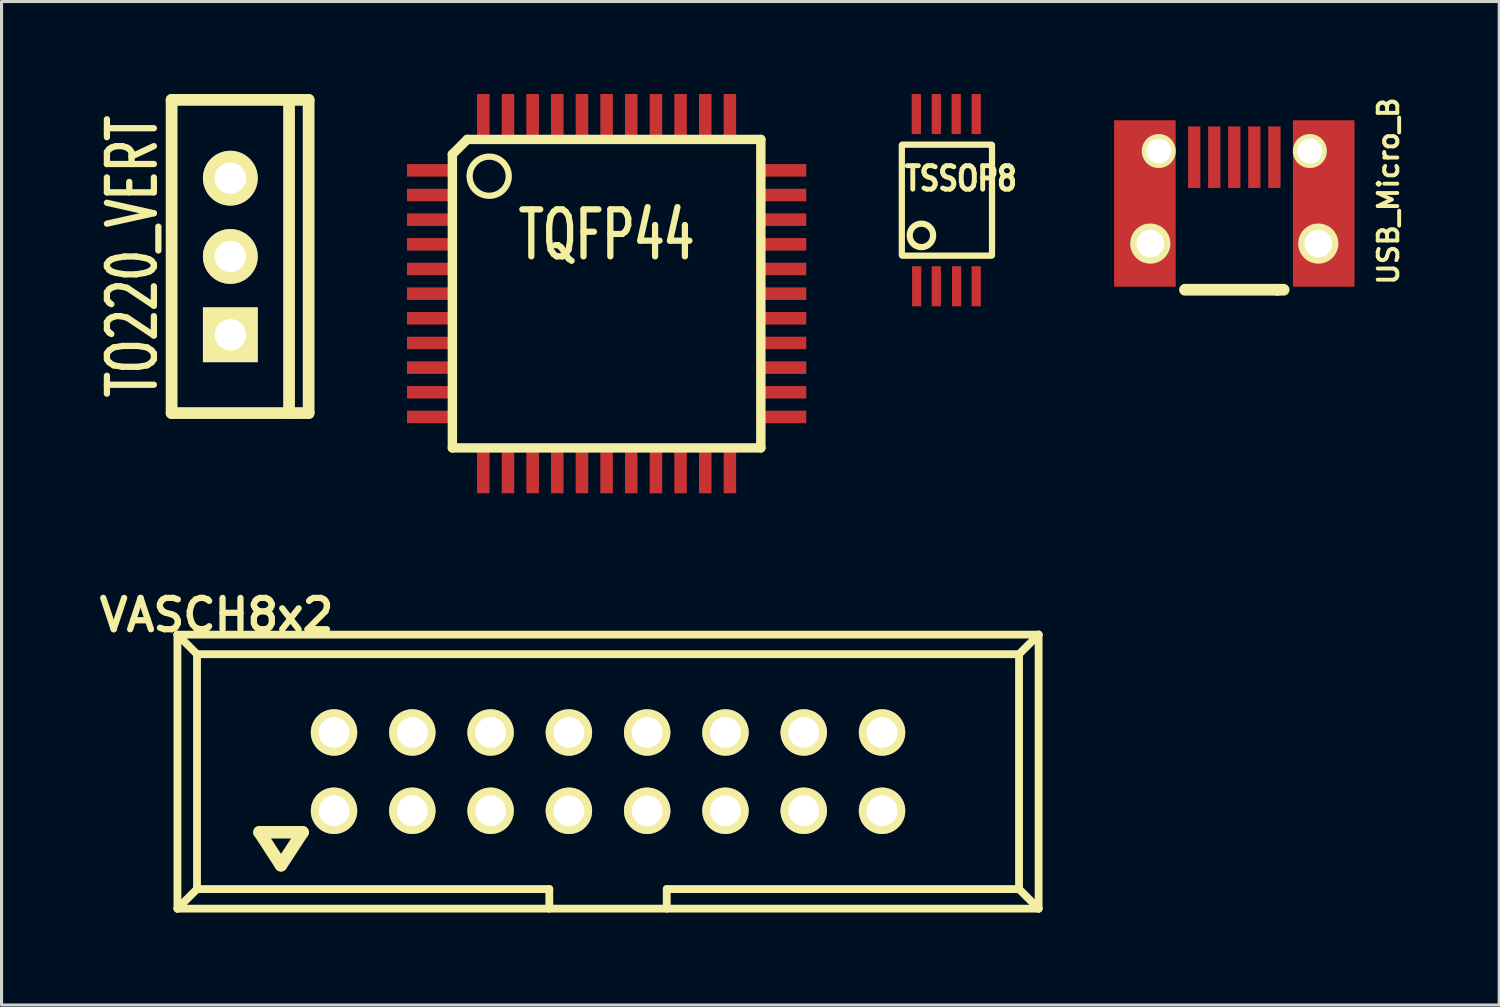
<source format=kicad_pcb>
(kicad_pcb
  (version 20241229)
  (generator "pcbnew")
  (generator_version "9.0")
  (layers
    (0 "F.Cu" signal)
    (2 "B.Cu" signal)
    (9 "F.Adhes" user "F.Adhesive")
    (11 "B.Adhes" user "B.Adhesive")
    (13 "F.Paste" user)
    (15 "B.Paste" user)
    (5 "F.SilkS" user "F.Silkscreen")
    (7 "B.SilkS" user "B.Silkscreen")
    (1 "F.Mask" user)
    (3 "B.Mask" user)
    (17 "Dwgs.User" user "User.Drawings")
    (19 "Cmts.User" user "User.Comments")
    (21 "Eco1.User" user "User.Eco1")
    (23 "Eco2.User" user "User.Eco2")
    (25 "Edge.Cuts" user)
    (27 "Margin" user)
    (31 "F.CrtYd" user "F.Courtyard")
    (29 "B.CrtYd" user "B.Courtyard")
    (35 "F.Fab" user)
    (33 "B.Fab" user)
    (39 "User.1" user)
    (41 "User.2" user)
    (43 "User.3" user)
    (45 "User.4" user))
  (footprint "VASCH8x2"
    (layer "F.Cu")
    (at 16.677 21.985)
    (property "Reference" "VASCH8x2" (at -12.7 -5.08 0) (layer "F.SilkS") (effects (font (size 1.016 1.016) (thickness 0.203))))
    (attr exclude_from_pos_files exclude_from_bom)
    (fp_line (start -13.97 -4.445) (end -13.97 4.445) (stroke (width 0.254) (type solid)) (layer "F.SilkS"))
    (fp_line (start -13.97 -4.445) (end 13.97 -4.445) (stroke (width 0.254) (type solid)) (layer "F.SilkS"))
    (fp_line (start -13.335 -3.81) (end -13.97 -4.445) (stroke (width 0.254) (type solid)) (layer "F.SilkS"))
    (fp_line (start -13.335 -3.81) (end -13.335 3.81) (stroke (width 0.254) (type solid)) (layer "F.SilkS"))
    (fp_line (start -13.335 3.81) (end -13.97 4.445) (stroke (width 0.254) (type solid)) (layer "F.SilkS"))
    (fp_line (start -13.335 3.81) (end -1.905 3.81) (stroke (width 0.254) (type solid)) (layer "F.SilkS"))
    (fp_line (start -11.308 1.968) (end -10.61 3.038) (stroke (width 0.406) (type solid)) (layer "F.SilkS"))
    (fp_line (start -10.61 3.038) (end -9.909 1.968) (stroke (width 0.406) (type solid)) (layer "F.SilkS"))
    (fp_line (start -9.909 1.968) (end -11.308 1.968) (stroke (width 0.406) (type solid)) (layer "F.SilkS"))
    (fp_line (start -1.905 3.81) (end -1.905 4.445) (stroke (width 0.254) (type solid)) (layer "F.SilkS"))
    (fp_line (start 1.905 3.81) (end 13.335 3.81) (stroke (width 0.254) (type solid)) (layer "F.SilkS"))
    (fp_line (start 1.905 4.445) (end 1.905 3.81) (stroke (width 0.254) (type solid)) (layer "F.SilkS"))
    (fp_line (start 13.335 -3.81) (end -13.335 -3.81) (stroke (width 0.254) (type solid)) (layer "F.SilkS"))
    (fp_line (start 13.335 -3.81) (end 13.97 -4.445) (stroke (width 0.254) (type solid)) (layer "F.SilkS"))
    (fp_line (start 13.335 3.81) (end 13.335 -3.81) (stroke (width 0.254) (type solid)) (layer "F.SilkS"))
    (fp_line (start 13.335 3.81) (end 13.97 4.445) (stroke (width 0.254) (type solid)) (layer "F.SilkS"))
    (fp_line (start 13.97 -4.445) (end 13.97 4.445) (stroke (width 0.254) (type solid)) (layer "F.SilkS"))
    (fp_line (start 13.97 4.445) (end -13.97 4.445) (stroke (width 0.254) (type solid)) (layer "F.SilkS"))
    (pad "1" thru_hole circle (at -8.89 1.27) (size 1.506 1.506) (drill 0.998) (layers "*.Cu" "F.Mask" "F.SilkS" "F.Paste"))
    (pad "2" thru_hole circle (at -8.89 -1.27) (size 1.506 1.506) (drill 0.998) (layers "*.Cu" "F.Mask" "F.SilkS" "F.Paste"))
    (pad "3" thru_hole circle (at -6.35 1.27) (size 1.506 1.506) (drill 0.998) (layers "*.Cu" "F.Mask" "F.SilkS" "F.Paste"))
    (pad "4" thru_hole circle (at -6.35 -1.27) (size 1.506 1.506) (drill 0.998) (layers "*.Cu" "F.Mask" "F.SilkS" "F.Paste"))
    (pad "5" thru_hole circle (at -3.81 1.27) (size 1.506 1.506) (drill 0.998) (layers "*.Cu" "F.Mask" "F.SilkS" "F.Paste"))
    (pad "6" thru_hole circle (at -3.81 -1.27) (size 1.506 1.506) (drill 0.998) (layers "*.Cu" "F.Mask" "F.SilkS" "F.Paste"))
    (pad "7" thru_hole circle (at -1.27 1.27) (size 1.506 1.506) (drill 0.998) (layers "*.Cu" "F.Mask" "F.SilkS" "F.Paste"))
    (pad "8" thru_hole circle (at -1.27 -1.27) (size 1.506 1.506) (drill 0.998) (layers "*.Cu" "F.Mask" "F.SilkS" "F.Paste"))
    (pad "9" thru_hole circle (at 1.27 1.27) (size 1.506 1.506) (drill 0.998) (layers "*.Cu" "F.Mask" "F.SilkS" "F.Paste"))
    (pad "10" thru_hole circle (at 1.27 -1.27) (size 1.506 1.506) (drill 0.998) (layers "*.Cu" "F.Mask" "F.SilkS" "F.Paste"))
    (pad "11" thru_hole circle (at 3.81 1.27) (size 1.506 1.506) (drill 0.998) (layers "*.Cu" "F.Mask" "F.SilkS" "F.Paste"))
    (pad "12" thru_hole circle (at 3.81 -1.27) (size 1.506 1.506) (drill 0.998) (layers "*.Cu" "F.Mask" "F.SilkS" "F.Paste"))
    (pad "13" thru_hole circle (at 6.35 1.27) (size 1.506 1.506) (drill 0.998) (layers "*.Cu" "F.Mask" "F.SilkS" "F.Paste"))
    (pad "14" thru_hole circle (at 6.35 -1.27) (size 1.506 1.506) (drill 0.998) (layers "*.Cu" "F.Mask" "F.SilkS" "F.Paste"))
    (pad "15" thru_hole circle (at 8.89 1.27) (size 1.506 1.506) (drill 0.998) (layers "*.Cu" "F.Mask" "F.SilkS" "F.Paste"))
    (pad "16" thru_hole circle (at 8.89 -1.27) (size 1.506 1.506) (drill 0.998) (layers "*.Cu" "F.Mask" "F.SilkS" "F.Paste")))
  (footprint "TO220_VERT"
    (layer "F.Cu")
    (at 4.423 5.271)
    (property "Reference" "TO220_VERT" (at -3.175 0 90) (layer "F.SilkS") (effects (font (size 1.524 1.016) (thickness 0.203))))
    (attr through_hole)
    (fp_line (start -1.905 -5.08) (end 1.905 -5.08) (stroke (width 0.381) (type solid)) (layer "F.SilkS"))
    (fp_line (start -1.905 5.08) (end -1.905 -5.08) (stroke (width 0.381) (type solid)) (layer "F.SilkS"))
    (fp_line (start 1.905 -5.08) (end 1.905 5.08) (stroke (width 0.381) (type solid)) (layer "F.SilkS"))
    (fp_line (start 1.905 -5.08) (end 2.54 -5.08) (stroke (width 0.381) (type solid)) (layer "F.SilkS"))
    (fp_line (start 1.905 5.08) (end -1.905 5.08) (stroke (width 0.381) (type solid)) (layer "F.SilkS"))
    (fp_line (start 2.54 -5.08) (end 2.54 5.08) (stroke (width 0.381) (type solid)) (layer "F.SilkS"))
    (fp_line (start 2.54 5.08) (end 1.905 5.08) (stroke (width 0.381) (type solid)) (layer "F.SilkS"))
    (pad "1" thru_hole rect (at 0 2.54) (size 1.778 1.778) (drill 1.016) (layers "*.Cu" "*.Mask" "F.SilkS"))
    (pad "2" thru_hole circle (at 0 -2.54) (size 1.778 1.778) (drill 1.016) (layers "*.Cu" "*.Mask" "F.SilkS"))
    (pad "3" thru_hole circle (at 0 0) (size 1.778 1.778) (drill 1.016) (layers "*.Cu" "*.Mask" "F.SilkS")))
  (footprint "USB_Micro_B"
    (layer "F.Cu")
    (at 36.996 2.051)
    (property "Reference" "USB_Micro_B" (at 5.001 1.1 90) (layer "F.SilkS") (effects (font (size 0.635 0.635) (thickness 0.127))))
    (attr through_hole)
    (fp_line (start -1.6 4.3) (end 1.4 4.3) (stroke (width 0.381) (type solid)) (layer "F.SilkS"))
    (fp_line (start 1.4 4.3) (end 1.6 4.3) (stroke (width 0.381) (type solid)) (layer "F.SilkS"))
    (pad "1" smd rect (at -1.3 0) (size 0.399 1.999) (layers "F.Cu" "F.Mask" "F.Paste"))
    (pad "2" smd rect (at -0.65 0) (size 0.399 1.999) (layers "F.Cu" "F.Mask" "F.Paste"))
    (pad "3" smd rect (at 0 0) (size 0.399 1.999) (layers "F.Cu" "F.Mask" "F.Paste"))
    (pad "4" smd rect (at 0.65 0) (size 0.399 1.999) (layers "F.Cu" "F.Mask" "F.Paste"))
    (pad "5" smd rect (at 1.3 0) (size 0.399 1.999) (layers "F.Cu" "F.Mask" "F.Paste"))
    (pad "6" smd rect (at -2.901 1.501) (size 1.999 5.4) (layers "F.Cu" "F.Mask" "F.Paste"))
    (pad "6" thru_hole circle (at -2.725 2.802) (size 1.3 1.3) (drill 0.899) (layers "*.Cu" "*.Mask" "F.SilkS"))
    (pad "6" thru_hole circle (at -2.451 -0.201) (size 1.1 1.1) (drill 0.81) (layers "*.Cu" "*.Mask" "F.SilkS"))
    (pad "6" thru_hole circle (at 2.451 -0.201) (size 1.1 1.1) (drill 0.81) (layers "*.Cu" "*.Mask" "F.SilkS"))
    (pad "6" thru_hole circle (at 2.725 2.802) (size 1.3 1.3) (drill 0.899) (layers "*.Cu" "*.Mask" "F.SilkS"))
    (pad "6" smd rect (at 2.901 1.501) (size 1.999 5.4) (layers "F.Cu" "F.Mask" "F.Paste")))
  (footprint "TSSOP8"
    (layer "F.Cu")
    (at 28.622 3.444)
    (property "Reference" "TSSOP8" (at -0.5 -0.701 0) (layer "F.SilkS") (effects (font (size 0.762 0.635) (thickness 0.16))))
    (attr smd)
    (fp_line (start -2.413 1.778) (end -2.413 -1.778) (stroke (width 0.203) (type solid)) (layer "F.SilkS"))
    (fp_line (start -2.4 -1.801) (end 0.5 -1.801) (stroke (width 0.203) (type solid)) (layer "F.SilkS"))
    (fp_line (start -2.4 1.801) (end 0.5 1.801) (stroke (width 0.203) (type solid)) (layer "F.SilkS"))
    (fp_line (start 0.513 -1.778) (end 0.513 1.778) (stroke (width 0.203) (type solid)) (layer "F.SilkS"))
    (fp_circle (center -1.778 1.143) (end -2.159 1.143) (stroke (width 0.203) (type solid)) (fill no) (layer "F.SilkS"))
    (pad "1" smd rect (at -1.93 2.794) (size 0.3 1.3) (layers "F.Cu" "F.Mask" "F.Paste"))
    (pad "2" smd rect (at -1.295 2.794) (size 0.3 1.3) (layers "F.Cu" "F.Mask" "F.Paste"))
    (pad "3" smd rect (at -0.635 2.794) (size 0.3 1.3) (layers "F.Cu" "F.Mask" "F.Paste"))
    (pad "4" smd rect (at 0 2.794) (size 0.3 1.3) (layers "F.Cu" "F.Mask" "F.Paste"))
    (pad "5" smd rect (at 0 -2.794) (size 0.3 1.3) (layers "F.Cu" "F.Mask" "F.Paste"))
    (pad "6" smd rect (at -0.648 -2.794) (size 0.3 1.3) (layers "F.Cu" "F.Mask" "F.Paste"))
    (pad "7" smd rect (at -1.295 -2.794) (size 0.3 1.3) (layers "F.Cu" "F.Mask" "F.Paste"))
    (pad "8" smd rect (at -1.943 -2.794) (size 0.3 1.3) (layers "F.Cu" "F.Mask" "F.Paste")))
  (footprint "TQFP44"
    (layer "F.Cu")
    (at 16.631 6.477)
    (property "Reference" "TQFP44" (at 0 -1.905 0) (layer "F.SilkS") (effects (font (size 1.524 1.016) (thickness 0.203))))
    (attr smd)
    (fp_line (start -5.004 -4.521) (end -5.004 5.004) (stroke (width 0.305) (type solid)) (layer "F.SilkS"))
    (fp_line (start -5.004 -4.521) (end -4.521 -5.004) (stroke (width 0.305) (type solid)) (layer "F.SilkS"))
    (fp_line (start -4.521 -5.004) (end 5.004 -5.004) (stroke (width 0.305) (type solid)) (layer "F.SilkS"))
    (fp_line (start 5.004 -5.004) (end 5.004 5.004) (stroke (width 0.305) (type solid)) (layer "F.SilkS"))
    (fp_line (start 5.004 5.004) (end -5.004 5.004) (stroke (width 0.305) (type solid)) (layer "F.SilkS"))
    (fp_circle (center -3.81 -3.81) (end -3.81 -3.175) (stroke (width 0.203) (type solid)) (fill no) (layer "F.SilkS"))
    (pad "1" smd rect (at -5.715 -4) (size 1.524 0.406) (layers "F.Cu" "F.Mask" "F.Paste"))
    (pad "2" smd rect (at -5.715 -3.2) (size 1.524 0.406) (layers "F.Cu" "F.Mask" "F.Paste"))
    (pad "3" smd rect (at -5.715 -2.4) (size 1.524 0.406) (layers "F.Cu" "F.Mask" "F.Paste"))
    (pad "4" smd rect (at -5.715 -1.6) (size 1.524 0.406) (layers "F.Cu" "F.Mask" "F.Paste"))
    (pad "5" smd rect (at -5.715 -0.8) (size 1.524 0.406) (layers "F.Cu" "F.Mask" "F.Paste"))
    (pad "6" smd rect (at -5.715 0) (size 1.524 0.406) (layers "F.Cu" "F.Mask" "F.Paste"))
    (pad "7" smd rect (at -5.715 0.8) (size 1.524 0.406) (layers "F.Cu" "F.Mask" "F.Paste"))
    (pad "8" smd rect (at -5.715 1.6) (size 1.524 0.406) (layers "F.Cu" "F.Mask" "F.Paste"))
    (pad "9" smd rect (at -5.715 2.4) (size 1.524 0.406) (layers "F.Cu" "F.Mask" "F.Paste"))
    (pad "10" smd rect (at -5.715 3.2) (size 1.524 0.406) (layers "F.Cu" "F.Mask" "F.Paste"))
    (pad "11" smd rect (at -5.715 4) (size 1.524 0.406) (layers "F.Cu" "F.Mask" "F.Paste"))
    (pad "12" smd rect (at -4 5.715) (size 0.406 1.524) (layers "F.Cu" "F.Mask" "F.Paste"))
    (pad "13" smd rect (at -3.2 5.715) (size 0.406 1.524) (layers "F.Cu" "F.Mask" "F.Paste"))
    (pad "14" smd rect (at -2.4 5.715) (size 0.406 1.524) (layers "F.Cu" "F.Mask" "F.Paste"))
    (pad "15" smd rect (at -1.6 5.715) (size 0.406 1.524) (layers "F.Cu" "F.Mask" "F.Paste"))
    (pad "16" smd rect (at -0.8 5.715) (size 0.406 1.524) (layers "F.Cu" "F.Mask" "F.Paste"))
    (pad "17" smd rect (at 0 5.715) (size 0.406 1.524) (layers "F.Cu" "F.Mask" "F.Paste"))
    (pad "18" smd rect (at 0.8 5.715) (size 0.406 1.524) (layers "F.Cu" "F.Mask" "F.Paste"))
    (pad "19" smd rect (at 1.6 5.715) (size 0.406 1.524) (layers "F.Cu" "F.Mask" "F.Paste"))
    (pad "20" smd rect (at 2.4 5.715) (size 0.406 1.524) (layers "F.Cu" "F.Mask" "F.Paste"))
    (pad "21" smd rect (at 3.2 5.715) (size 0.406 1.524) (layers "F.Cu" "F.Mask" "F.Paste"))
    (pad "22" smd rect (at 4 5.715) (size 0.406 1.524) (layers "F.Cu" "F.Mask" "F.Paste"))
    (pad "23" smd rect (at 5.715 4) (size 1.524 0.406) (layers "F.Cu" "F.Mask" "F.Paste"))
    (pad "24" smd rect (at 5.715 3.2) (size 1.524 0.406) (layers "F.Cu" "F.Mask" "F.Paste"))
    (pad "25" smd rect (at 5.715 2.4) (size 1.524 0.406) (layers "F.Cu" "F.Mask" "F.Paste"))
    (pad "26" smd rect (at 5.715 1.6) (size 1.524 0.406) (layers "F.Cu" "F.Mask" "F.Paste"))
    (pad "27" smd rect (at 5.715 0.8) (size 1.524 0.406) (layers "F.Cu" "F.Mask" "F.Paste"))
    (pad "28" smd rect (at 5.715 0) (size 1.524 0.406) (layers "F.Cu" "F.Mask" "F.Paste"))
    (pad "29" smd rect (at 5.715 -0.8) (size 1.524 0.406) (layers "F.Cu" "F.Mask" "F.Paste"))
    (pad "30" smd rect (at 5.715 -1.6) (size 1.524 0.406) (layers "F.Cu" "F.Mask" "F.Paste"))
    (pad "31" smd rect (at 5.715 -2.4) (size 1.524 0.406) (layers "F.Cu" "F.Mask" "F.Paste"))
    (pad "32" smd rect (at 5.715 -3.2) (size 1.524 0.406) (layers "F.Cu" "F.Mask" "F.Paste"))
    (pad "33" smd rect (at 5.715 -4) (size 1.524 0.406) (layers "F.Cu" "F.Mask" "F.Paste"))
    (pad "34" smd rect (at 4 -5.715) (size 0.406 1.524) (layers "F.Cu" "F.Mask" "F.Paste"))
    (pad "35" smd rect (at 3.2 -5.715) (size 0.406 1.524) (layers "F.Cu" "F.Mask" "F.Paste"))
    (pad "36" smd rect (at 2.4 -5.715) (size 0.406 1.524) (layers "F.Cu" "F.Mask" "F.Paste"))
    (pad "37" smd rect (at 1.6 -5.715) (size 0.406 1.524) (layers "F.Cu" "F.Mask" "F.Paste"))
    (pad "38" smd rect (at 0.8 -5.715) (size 0.406 1.524) (layers "F.Cu" "F.Mask" "F.Paste"))
    (pad "39" smd rect (at 0 -5.715) (size 0.406 1.524) (layers "F.Cu" "F.Mask" "F.Paste"))
    (pad "40" smd rect (at -0.8 -5.715) (size 0.406 1.524) (layers "F.Cu" "F.Mask" "F.Paste"))
    (pad "41" smd rect (at -1.6 -5.715) (size 0.406 1.524) (layers "F.Cu" "F.Mask" "F.Paste"))
    (pad "42" smd rect (at -2.4 -5.715) (size 0.406 1.524) (layers "F.Cu" "F.Mask" "F.Paste"))
    (pad "43" smd rect (at -3.2 -5.715) (size 0.406 1.524) (layers "F.Cu" "F.Mask" "F.Paste"))
    (pad "44" smd rect (at -4 -5.715) (size 0.406 1.524) (layers "F.Cu" "F.Mask" "F.Paste")))
  (gr_rect
    (start -3 -3)
    (end 45.591 29.557)
    (stroke (width 0.1) (type default))
    (fill no)
    (layer "Edge.Cuts")))
</source>
